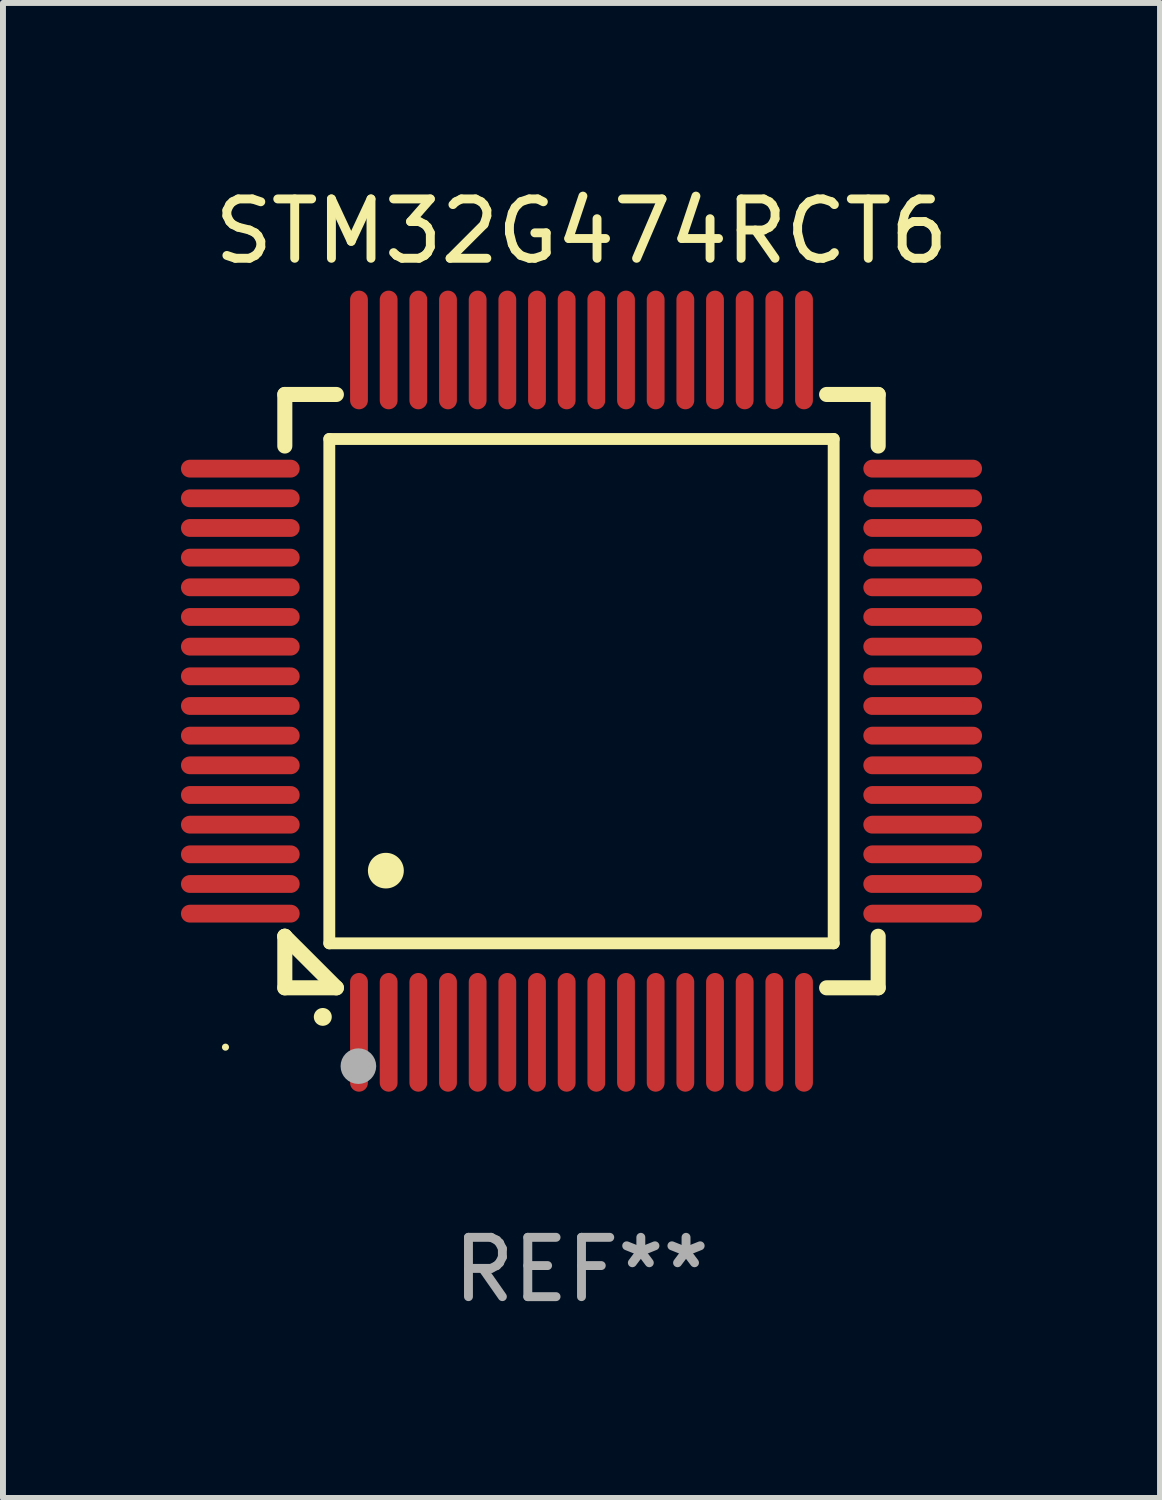
<source format=kicad_pcb>
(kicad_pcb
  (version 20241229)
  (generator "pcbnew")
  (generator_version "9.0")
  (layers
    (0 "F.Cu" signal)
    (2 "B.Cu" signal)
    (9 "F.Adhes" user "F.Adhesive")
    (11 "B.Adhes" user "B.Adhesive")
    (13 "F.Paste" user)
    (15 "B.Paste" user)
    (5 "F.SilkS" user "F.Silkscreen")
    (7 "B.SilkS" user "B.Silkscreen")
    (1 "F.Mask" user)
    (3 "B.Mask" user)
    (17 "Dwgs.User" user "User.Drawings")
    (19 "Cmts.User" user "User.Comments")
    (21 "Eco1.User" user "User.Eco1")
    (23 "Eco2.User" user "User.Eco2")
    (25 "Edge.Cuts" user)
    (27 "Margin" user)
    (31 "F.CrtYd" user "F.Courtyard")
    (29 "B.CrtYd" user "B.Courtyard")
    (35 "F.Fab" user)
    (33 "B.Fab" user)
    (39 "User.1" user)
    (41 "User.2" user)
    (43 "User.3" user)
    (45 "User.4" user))
  (footprint "STM32G474RCT6"
    (layer "F.Cu")
    (at 6.75 8.598)
    (property "Reference" "STM32G474RCT6" (at 0 -7.75 0) (layer "F.SilkS") (effects (font (size 1 1) (thickness 0.15))))
    (attr through_hole)
    (fp_line (start -5 -5) (end -4.131 -5) (stroke (width 0.254) (type solid)) (layer "F.SilkS"))
    (fp_line (start -5 -4.131) (end -5 -5) (stroke (width 0.254) (type solid)) (layer "F.SilkS"))
    (fp_line (start -5 4.131) (end -5 4.131) (stroke (width 0.254) (type solid)) (layer "F.SilkS"))
    (fp_line (start -5 5) (end -5 4.131) (stroke (width 0.254) (type solid)) (layer "F.SilkS"))
    (fp_line (start -5 4.131) (end -4.131 5) (stroke (width 0.254) (type solid)) (layer "F.SilkS"))
    (fp_line (start -4.25 -4.25) (end -4.25 4.25) (stroke (width 0.2) (type solid)) (layer "F.SilkS"))
    (fp_line (start -4.25 4.25) (end 4.25 4.25) (stroke (width 0.2) (type solid)) (layer "F.SilkS"))
    (fp_line (start -4.131 5) (end -5 5) (stroke (width 0.254) (type solid)) (layer "F.SilkS"))
    (fp_line (start 4.25 -4.25) (end -4.25 -4.25) (stroke (width 0.2) (type solid)) (layer "F.SilkS"))
    (fp_line (start 4.25 4.25) (end 4.25 -4.25) (stroke (width 0.2) (type solid)) (layer "F.SilkS"))
    (fp_line (start 5 -5) (end 4.131 -5) (stroke (width 0.254) (type solid)) (layer "F.SilkS"))
    (fp_line (start 5 -5) (end 5 -4.131) (stroke (width 0.254) (type solid)) (layer "F.SilkS"))
    (fp_line (start 5 4.131) (end 5 5) (stroke (width 0.254) (type solid)) (layer "F.SilkS"))
    (fp_line (start 5 5) (end 4.131 5) (stroke (width 0.254) (type solid)) (layer "F.SilkS"))
    (fp_arc (start -4.361265 5.489992) (mid -4.359995 5.489987) (end -4.358725 5.489992) (stroke (width 0.3) (type solid)) (layer "F.SilkS"))
    (fp_arc (start -3.299467 3.025146) (mid -3.296927 3.025135) (end -3.294387 3.025146) (stroke (width 0.6) (type solid)) (layer "F.SilkS"))
    (fp_circle (center -6 6) (end -5.97 6) (stroke (width 0.06) (type solid)) (fill no) (layer "F.SilkS"))
    (fp_circle (center -3.76 6.32) (end -3.61 6.32) (stroke (width 0.3) (type solid)) (fill no) (layer "F.Fab"))
    (fp_text user "REF**" (at 0 9.75 0) (layer "F.Fab") (effects (font (size 1 1) (thickness 0.15))))
    (pad "1" smd oval (at -3.75 5.75) (size 0.3 2) (layers "F.Cu" "F.Mask" "F.Paste"))
    (pad "2" smd oval (at -3.25 5.75) (size 0.3 2) (layers "F.Cu" "F.Mask" "F.Paste"))
    (pad "3" smd oval (at -2.75 5.75) (size 0.3 2) (layers "F.Cu" "F.Mask" "F.Paste"))
    (pad "4" smd oval (at -2.25 5.75) (size 0.3 2) (layers "F.Cu" "F.Mask" "F.Paste"))
    (pad "5" smd oval (at -1.75 5.75) (size 0.3 2) (layers "F.Cu" "F.Mask" "F.Paste"))
    (pad "6" smd oval (at -1.25 5.75) (size 0.3 2) (layers "F.Cu" "F.Mask" "F.Paste"))
    (pad "7" smd oval (at -0.75 5.75) (size 0.3 2) (layers "F.Cu" "F.Mask" "F.Paste"))
    (pad "8" smd oval (at -0.25 5.75) (size 0.3 2) (layers "F.Cu" "F.Mask" "F.Paste"))
    (pad "9" smd oval (at 0.25 5.75) (size 0.3 2) (layers "F.Cu" "F.Mask" "F.Paste"))
    (pad "10" smd oval (at 0.75 5.75) (size 0.3 2) (layers "F.Cu" "F.Mask" "F.Paste"))
    (pad "11" smd oval (at 1.25 5.75) (size 0.3 2) (layers "F.Cu" "F.Mask" "F.Paste"))
    (pad "12" smd oval (at 1.75 5.75) (size 0.3 2) (layers "F.Cu" "F.Mask" "F.Paste"))
    (pad "13" smd oval (at 2.25 5.75) (size 0.3 2) (layers "F.Cu" "F.Mask" "F.Paste"))
    (pad "14" smd oval (at 2.75 5.75) (size 0.3 2) (layers "F.Cu" "F.Mask" "F.Paste"))
    (pad "15" smd oval (at 3.25 5.75) (size 0.3 2) (layers "F.Cu" "F.Mask" "F.Paste"))
    (pad "16" smd oval (at 3.75 5.75) (size 0.3 2) (layers "F.Cu" "F.Mask" "F.Paste"))
    (pad "17" smd oval (at 5.75 3.75) (size 2 0.3) (layers "F.Cu" "F.Mask" "F.Paste"))
    (pad "18" smd oval (at 5.75 3.25) (size 2 0.3) (layers "F.Cu" "F.Mask" "F.Paste"))
    (pad "19" smd oval (at 5.75 2.75) (size 2 0.3) (layers "F.Cu" "F.Mask" "F.Paste"))
    (pad "20" smd oval (at 5.75 2.25) (size 2 0.3) (layers "F.Cu" "F.Mask" "F.Paste"))
    (pad "21" smd oval (at 5.75 1.75) (size 2 0.3) (layers "F.Cu" "F.Mask" "F.Paste"))
    (pad "22" smd oval (at 5.75 1.25) (size 2 0.3) (layers "F.Cu" "F.Mask" "F.Paste"))
    (pad "23" smd oval (at 5.75 0.75) (size 2 0.3) (layers "F.Cu" "F.Mask" "F.Paste"))
    (pad "24" smd oval (at 5.75 0.25) (size 2 0.3) (layers "F.Cu" "F.Mask" "F.Paste"))
    (pad "25" smd oval (at 5.75 -0.25) (size 2 0.3) (layers "F.Cu" "F.Mask" "F.Paste"))
    (pad "26" smd oval (at 5.75 -0.75) (size 2 0.3) (layers "F.Cu" "F.Mask" "F.Paste"))
    (pad "27" smd oval (at 5.75 -1.25) (size 2 0.3) (layers "F.Cu" "F.Mask" "F.Paste"))
    (pad "28" smd oval (at 5.75 -1.75) (size 2 0.3) (layers "F.Cu" "F.Mask" "F.Paste"))
    (pad "29" smd oval (at 5.75 -2.25) (size 2 0.3) (layers "F.Cu" "F.Mask" "F.Paste"))
    (pad "30" smd oval (at 5.75 -2.75) (size 2 0.3) (layers "F.Cu" "F.Mask" "F.Paste"))
    (pad "31" smd oval (at 5.75 -3.25) (size 2 0.3) (layers "F.Cu" "F.Mask" "F.Paste"))
    (pad "32" smd oval (at 5.75 -3.75) (size 2 0.3) (layers "F.Cu" "F.Mask" "F.Paste"))
    (pad "33" smd oval (at 3.75 -5.75) (size 0.3 2) (layers "F.Cu" "F.Mask" "F.Paste"))
    (pad "34" smd oval (at 3.25 -5.75) (size 0.3 2) (layers "F.Cu" "F.Mask" "F.Paste"))
    (pad "35" smd oval (at 2.75 -5.75) (size 0.3 2) (layers "F.Cu" "F.Mask" "F.Paste"))
    (pad "36" smd oval (at 2.25 -5.75) (size 0.3 2) (layers "F.Cu" "F.Mask" "F.Paste"))
    (pad "37" smd oval (at 1.75 -5.75) (size 0.3 2) (layers "F.Cu" "F.Mask" "F.Paste"))
    (pad "38" smd oval (at 1.25 -5.75) (size 0.3 2) (layers "F.Cu" "F.Mask" "F.Paste"))
    (pad "39" smd oval (at 0.75 -5.75) (size 0.3 2) (layers "F.Cu" "F.Mask" "F.Paste"))
    (pad "40" smd oval (at 0.25 -5.75) (size 0.3 2) (layers "F.Cu" "F.Mask" "F.Paste"))
    (pad "41" smd oval (at -0.25 -5.75) (size 0.3 2) (layers "F.Cu" "F.Mask" "F.Paste"))
    (pad "42" smd oval (at -0.75 -5.75) (size 0.3 2) (layers "F.Cu" "F.Mask" "F.Paste"))
    (pad "43" smd oval (at -1.25 -5.75) (size 0.3 2) (layers "F.Cu" "F.Mask" "F.Paste"))
    (pad "44" smd oval (at -1.75 -5.75) (size 0.3 2) (layers "F.Cu" "F.Mask" "F.Paste"))
    (pad "45" smd oval (at -2.25 -5.75) (size 0.3 2) (layers "F.Cu" "F.Mask" "F.Paste"))
    (pad "46" smd oval (at -2.75 -5.75) (size 0.3 2) (layers "F.Cu" "F.Mask" "F.Paste"))
    (pad "47" smd oval (at -3.25 -5.75) (size 0.3 2) (layers "F.Cu" "F.Mask" "F.Paste"))
    (pad "48" smd oval (at -3.75 -5.75) (size 0.3 2) (layers "F.Cu" "F.Mask" "F.Paste"))
    (pad "49" smd oval (at -5.75 -3.75) (size 2 0.3) (layers "F.Cu" "F.Mask" "F.Paste"))
    (pad "50" smd oval (at -5.75 -3.25) (size 2 0.3) (layers "F.Cu" "F.Mask" "F.Paste"))
    (pad "51" smd oval (at -5.75 -2.75) (size 2 0.3) (layers "F.Cu" "F.Mask" "F.Paste"))
    (pad "52" smd oval (at -5.75 -2.25) (size 2 0.3) (layers "F.Cu" "F.Mask" "F.Paste"))
    (pad "53" smd oval (at -5.75 -1.75) (size 2 0.3) (layers "F.Cu" "F.Mask" "F.Paste"))
    (pad "54" smd oval (at -5.75 -1.25) (size 2 0.3) (layers "F.Cu" "F.Mask" "F.Paste"))
    (pad "55" smd oval (at -5.75 -0.75) (size 2 0.3) (layers "F.Cu" "F.Mask" "F.Paste"))
    (pad "56" smd oval (at -5.75 -0.25) (size 2 0.3) (layers "F.Cu" "F.Mask" "F.Paste"))
    (pad "57" smd oval (at -5.75 0.25) (size 2 0.3) (layers "F.Cu" "F.Mask" "F.Paste"))
    (pad "58" smd oval (at -5.75 0.75) (size 2 0.3) (layers "F.Cu" "F.Mask" "F.Paste"))
    (pad "59" smd oval (at -5.75 1.25) (size 2 0.3) (layers "F.Cu" "F.Mask" "F.Paste"))
    (pad "60" smd oval (at -5.75 1.75) (size 2 0.3) (layers "F.Cu" "F.Mask" "F.Paste"))
    (pad "61" smd oval (at -5.75 2.25) (size 2 0.3) (layers "F.Cu" "F.Mask" "F.Paste"))
    (pad "62" smd oval (at -5.75 2.75) (size 2 0.3) (layers "F.Cu" "F.Mask" "F.Paste"))
    (pad "63" smd oval (at -5.75 3.25) (size 2 0.3) (layers "F.Cu" "F.Mask" "F.Paste"))
    (pad "64" smd oval (at -5.75 3.75) (size 2 0.3) (layers "F.Cu" "F.Mask" "F.Paste")))
  (gr_rect
    (start -3 -3)
    (end 16.5 22.196)
    (stroke (width 0.1) (type default))
    (fill no)
    (layer "Edge.Cuts")))
</source>
